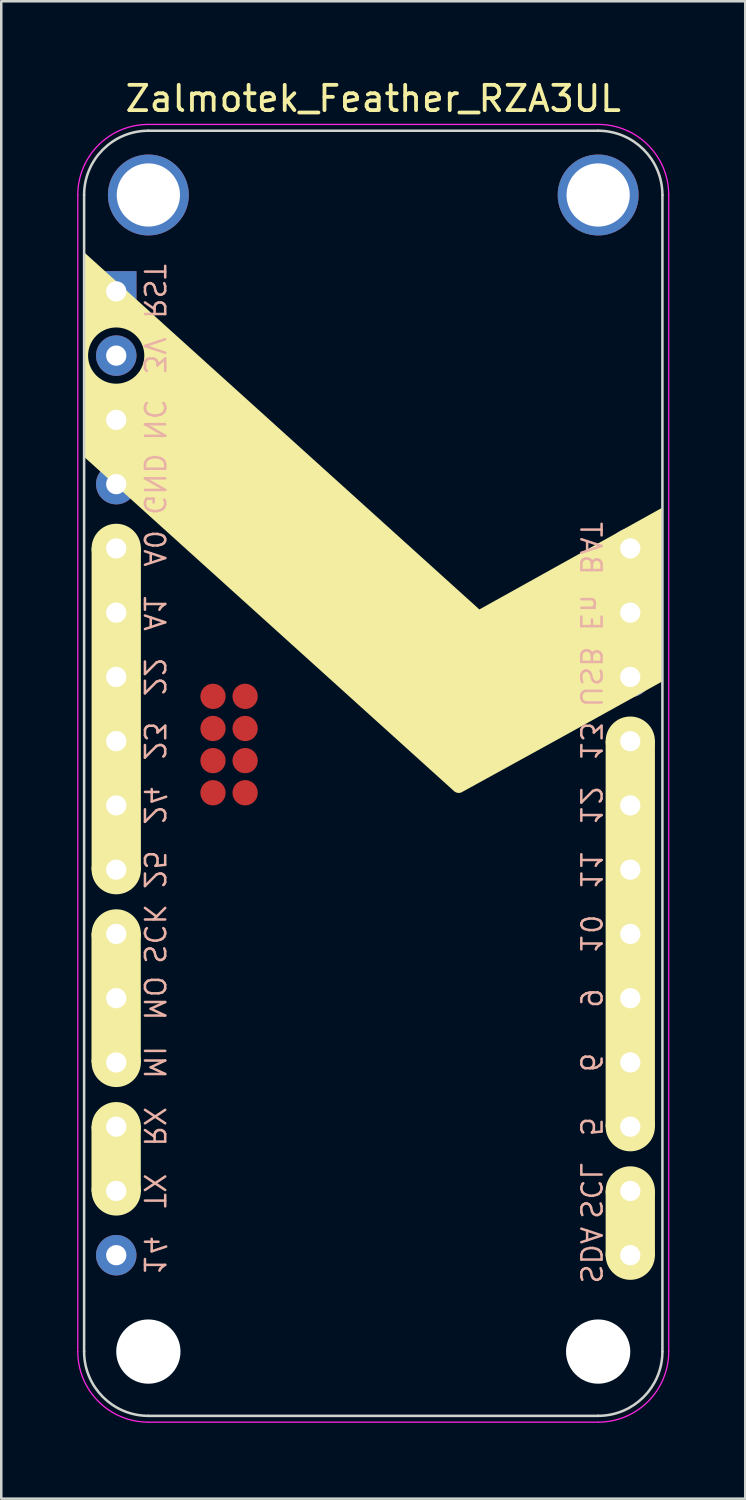
<source format=kicad_pcb>
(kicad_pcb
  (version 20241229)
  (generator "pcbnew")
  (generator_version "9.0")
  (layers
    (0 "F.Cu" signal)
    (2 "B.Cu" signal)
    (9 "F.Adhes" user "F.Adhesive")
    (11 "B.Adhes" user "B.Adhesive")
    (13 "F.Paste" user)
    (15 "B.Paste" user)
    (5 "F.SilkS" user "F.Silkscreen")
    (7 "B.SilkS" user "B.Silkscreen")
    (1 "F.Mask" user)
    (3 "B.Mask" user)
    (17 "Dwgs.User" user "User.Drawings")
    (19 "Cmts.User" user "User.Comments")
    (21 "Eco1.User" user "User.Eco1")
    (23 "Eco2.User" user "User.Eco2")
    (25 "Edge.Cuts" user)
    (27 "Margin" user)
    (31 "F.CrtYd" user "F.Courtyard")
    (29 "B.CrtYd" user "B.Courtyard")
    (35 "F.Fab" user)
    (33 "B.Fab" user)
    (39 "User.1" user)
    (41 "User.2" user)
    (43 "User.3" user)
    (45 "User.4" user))
  (footprint "Zalmotek_Feather_RZA3UL"
    (layer "F.Cu")
    (at 1.545 8.468)
    (property "Reference" "Zalmotek_Feather_RZA3UL" (at 10.16 -7.62 0) (layer "F.SilkS") (effects (font (size 1 1) (thickness 0.15))))
    (attr through_hole exclude_from_bom)
    (fp_rect (start -0.928 25.39) (end 0.92 30.466) (stroke (width 0.1) (type solid)) (fill yes) (layer "F.SilkS"))
    (fp_rect (start -0.928 33.015) (end 0.92 35.56) (stroke (width 0.1) (type solid)) (fill yes) (layer "F.SilkS"))
    (fp_rect (start -0.924 10.162) (end 0.924 22.858) (stroke (width 0.1) (type solid)) (fill yes) (layer "F.SilkS"))
    (fp_rect (start 19.396 17.78) (end 21.244 33.015) (stroke (width 0.1) (type solid)) (fill yes) (layer "F.SilkS"))
    (fp_rect (start 19.396 35.56) (end 21.244 38.115) (stroke (width 0.1) (type solid)) (fill yes) (layer "F.SilkS"))
    (fp_circle (center 0 10.16) (end 0.924 10.16) (stroke (width 0.1) (type solid)) (fill yes) (layer "F.SilkS"))
    (fp_circle (center 0 22.86) (end 0.924 22.86) (stroke (width 0.1) (type solid)) (fill yes) (layer "F.SilkS"))
    (fp_circle (center 0 25.4) (end 0.924 25.4) (stroke (width 0.1) (type solid)) (fill yes) (layer "F.SilkS"))
    (fp_circle (center 0 30.48) (end 0.924 30.48) (stroke (width 0.1) (type solid)) (fill yes) (layer "F.SilkS"))
    (fp_circle (center 0 33.02) (end 0.924 33.02) (stroke (width 0.1) (type solid)) (fill yes) (layer "F.SilkS"))
    (fp_circle (center 0 35.56) (end 0.924 35.56) (stroke (width 0.1) (type solid)) (fill yes) (layer "F.SilkS"))
    (fp_circle (center 20.32 17.78) (end 21.244 17.78) (stroke (width 0.1) (type solid)) (fill yes) (layer "F.SilkS"))
    (fp_circle (center 20.32 33.02) (end 21.244 33.02) (stroke (width 0.1) (type solid)) (fill yes) (layer "F.SilkS"))
    (fp_circle (center 20.32 35.56) (end 21.244 35.56) (stroke (width 0.1) (type solid)) (fill yes) (layer "F.SilkS"))
    (fp_circle (center 20.32 38.1) (end 21.244 38.1) (stroke (width 0.1) (type solid)) (fill yes) (layer "F.SilkS"))
    (fp_poly (pts (xy 14.354 12.573) (xy 21.586 8.55) (xy 21.586 15.418) (xy 17.626 17.614) (xy 13.66 19.797) (xy 13.653 19.801) (xy 13.646 19.804) (xy 13.639 19.807) (xy 13.632 19.81) (xy 13.624 19.813) (xy 13.617 19.815) (xy 13.61 19.818) (xy 13.602 19.82) (xy 13.595 19.821) (xy 13.587 19.823) (xy 13.579 19.824) (xy 13.572 19.825) (xy 13.564 19.826) (xy 13.556 19.826) (xy 13.549 19.827) (xy 13.541 19.827) (xy 13.527 19.826) (xy 13.514 19.825) (xy 13.501 19.824) (xy 13.489 19.821) (xy 13.477 19.819) (xy 13.465 19.816) (xy 13.454 19.812) (xy 13.443 19.808) (xy 13.433 19.804) (xy 13.422 19.799) (xy 13.412 19.794) (xy 13.402 19.789) (xy 13.392 19.783) (xy 13.382 19.777) (xy 13.362 19.763) (xy -1.271 6.541) (xy -1.271 2.539) (xy -1.113 2.539) (xy -1.112 2.596) (xy -1.107 2.652) (xy -1.1 2.708) (xy -1.09 2.762) (xy -1.078 2.816) (xy -1.063 2.869) (xy -1.046 2.92) (xy -1.026 2.971) (xy -1.003 3.02) (xy -0.979 3.068) (xy -0.952 3.114) (xy -0.923 3.159) (xy -0.892 3.203) (xy -0.859 3.245) (xy -0.824 3.285) (xy -0.788 3.324) (xy -0.749 3.36) (xy -0.709 3.395) (xy -0.667 3.428) (xy -0.623 3.459) (xy -0.578 3.488) (xy -0.532 3.515) (xy -0.484 3.539) (xy -0.435 3.562) (xy -0.384 3.582) (xy -0.333 3.599) (xy -0.28 3.614) (xy -0.226 3.626) (xy -0.172 3.636) (xy -0.116 3.643) (xy -0.06 3.648) (xy -0.003 3.649) (xy 0.055 3.648) (xy 0.111 3.643) (xy 0.167 3.636) (xy 0.221 3.627) (xy 0.275 3.614) (xy 0.328 3.599) (xy 0.379 3.582) (xy 0.43 3.562) (xy 0.479 3.54) (xy 0.527 3.515) (xy 0.574 3.488) (xy 0.619 3.459) (xy 0.662 3.429) (xy 0.704 3.396) (xy 0.744 3.361) (xy 0.783 3.324) (xy 0.82 3.285) (xy 0.855 3.245) (xy 0.888 3.203) (xy 0.919 3.16) (xy 0.948 3.114) (xy 0.974 3.068) (xy 0.999 3.02) (xy 1.021 2.971) (xy 1.041 2.92) (xy 1.059 2.869) (xy 1.074 2.816) (xy 1.086 2.762) (xy 1.096 2.708) (xy 1.103 2.652) (xy 1.107 2.596) (xy 1.109 2.539) (xy 1.107 2.481) (xy 1.103 2.425) (xy 1.096 2.369) (xy 1.086 2.315) (xy 1.074 2.261) (xy 1.059 2.208) (xy 1.041 2.156) (xy 1.021 2.106) (xy 0.999 2.057) (xy 0.975 2.009) (xy 0.948 1.962) (xy 0.919 1.917) (xy 0.888 1.874) (xy 0.855 1.832) (xy 0.82 1.791) (xy 0.783 1.753) (xy 0.745 1.716) (xy 0.704 1.681) (xy 0.662 1.648) (xy 0.619 1.617) (xy 0.574 1.588) (xy 0.527 1.561) (xy 0.479 1.537) (xy 0.43 1.515) (xy 0.38 1.495) (xy 0.328 1.477) (xy 0.275 1.462) (xy 0.221 1.45) (xy 0.167 1.44) (xy 0.111 1.433) (xy 0.055 1.429) (xy -0.003 1.427) (xy -0.06 1.429) (xy -0.116 1.433) (xy -0.172 1.44) (xy -0.226 1.45) (xy -0.28 1.463) (xy -0.333 1.477) (xy -0.384 1.495) (xy -0.435 1.515) (xy -0.484 1.537) (xy -0.532 1.562) (xy -0.578 1.588) (xy -0.624 1.617) (xy -0.667 1.648) (xy -0.709 1.681) (xy -0.749 1.716) (xy -0.788 1.753) (xy -0.825 1.792) (xy -0.86 1.832) (xy -0.893 1.874) (xy -0.923 1.917) (xy -0.952 1.962) (xy -0.979 2.009) (xy -1.004 2.057) (xy -1.026 2.106) (xy -1.046 2.157) (xy -1.063 2.208) (xy -1.078 2.261) (xy -1.091 2.315) (xy -1.1 2.369) (xy -1.107 2.425) (xy -1.112 2.481) (xy -1.113 2.539) (xy -1.271 2.539) (xy -1.271 -1.546)) (stroke (width 0) (type solid)) (fill yes) (layer "F.SilkS"))
    (fp_line (start -1.27 -3.81) (end -1.27 41.91) (stroke (width 0.1) (type solid)) (layer "Edge.Cuts"))
    (fp_line (start 1.27 44.45) (end 19.05 44.45) (stroke (width 0.1) (type solid)) (layer "Edge.Cuts"))
    (fp_line (start 19.05 -6.35) (end 1.27 -6.35) (stroke (width 0.1) (type solid)) (layer "Edge.Cuts"))
    (fp_line (start 21.59 41.91) (end 21.59 -3.81) (stroke (width 0.1) (type solid)) (layer "Edge.Cuts"))
    (fp_arc (start -1.27 -3.81) (mid -0.526051 -5.606051) (end 1.27 -6.35) (stroke (width 0.1) (type solid)) (layer "Edge.Cuts"))
    (fp_arc (start 1.27 44.45) (mid -0.526051 43.706051) (end -1.27 41.91) (stroke (width 0.1) (type solid)) (layer "Edge.Cuts"))
    (fp_arc (start 19.05 -6.35) (mid 20.846051 -5.606051) (end 21.59 -3.81) (stroke (width 0.1) (type solid)) (layer "Edge.Cuts"))
    (fp_arc (start 21.59 41.91) (mid 20.846051 43.706051) (end 19.05 44.45) (stroke (width 0.1) (type solid)) (layer "Edge.Cuts"))
    (fp_line (start -1.52 41.91) (end -1.52 -3.81) (stroke (width 0.05) (type solid)) (layer "F.CrtYd"))
    (fp_line (start 19.05 -6.6) (end 1.27 -6.6) (stroke (width 0.05) (type solid)) (layer "F.CrtYd"))
    (fp_line (start 19.05 44.7) (end 1.27 44.7) (stroke (width 0.05) (type solid)) (layer "F.CrtYd"))
    (fp_line (start 21.84 41.91) (end 21.84 -3.81) (stroke (width 0.05) (type solid)) (layer "F.CrtYd"))
    (fp_arc (start -1.52 -3.81) (mid -0.702828 -5.782828) (end 1.27 -6.6) (stroke (width 0.05) (type solid)) (layer "F.CrtYd"))
    (fp_arc (start 1.27 44.7) (mid -0.702828 43.882828) (end -1.52 41.91) (stroke (width 0.05) (type solid)) (layer "F.CrtYd"))
    (fp_arc (start 19.05 -6.6) (mid 21.022828 -5.782828) (end 21.84 -3.81) (stroke (width 0.05) (type solid)) (layer "F.CrtYd"))
    (fp_arc (start 21.84 41.91) (mid 21.022828 43.882828) (end 19.05 44.7) (stroke (width 0.05) (type solid)) (layer "F.CrtYd"))
    (fp_text user "SCL" (at 18.75 35.56 270) (unlocked yes) (layer "B.SilkS") (effects (font (size 0.8 0.8) (thickness 0.1) (bold yes)) (justify mirror)))
    (fp_text user "GND" (at 1.5 7.62 270) (unlocked yes) (layer "B.SilkS") (effects (font (size 0.8 0.8) (thickness 0.1) (bold yes)) (justify mirror)))
    (fp_text user "10" (at 18.75 25.4 270) (unlocked yes) (layer "B.SilkS") (effects (font (size 0.8 0.8) (thickness 0.1) (bold yes)) (justify mirror)))
    (fp_text user "En" (at 18.75 12.7 270) (unlocked yes) (layer "B.SilkS") (effects (font (size 0.8 0.8) (thickness 0.1) (bold yes)) (justify mirror)))
    (fp_text user "BAT" (at 18.75 10.16 270) (unlocked yes) (layer "B.SilkS") (effects (font (size 0.8 0.8) (thickness 0.1) (bold yes)) (justify mirror)))
    (fp_text user "MI" (at 1.5 30.48 270) (unlocked yes) (layer "B.SilkS") (effects (font (size 0.8 0.8) (thickness 0.1) (bold yes)) (justify mirror)))
    (fp_text user "TX" (at 1.5 35.56 270) (unlocked yes) (layer "B.SilkS") (effects (font (size 0.8 0.8) (thickness 0.1) (bold yes)) (justify mirror)))
    (fp_text user "USB" (at 18.75 15.24 270) (unlocked yes) (layer "B.SilkS") (effects (font (size 0.8 0.8) (thickness 0.1) (bold yes)) (justify mirror)))
    (fp_text user "RST" (at 1.5 0 270) (unlocked yes) (layer "B.SilkS") (effects (font (size 0.8 0.8) (thickness 0.1) (bold yes)) (justify mirror)))
    (fp_text user "NC" (at 1.5 5.08 270) (unlocked yes) (layer "B.SilkS") (effects (font (size 0.8 0.8) (thickness 0.1) (bold yes)) (justify mirror)))
    (fp_text user "12" (at 18.75 20.32 270) (unlocked yes) (layer "B.SilkS") (effects (font (size 0.8 0.8) (thickness 0.1) (bold yes)) (justify mirror)))
    (fp_text user "MO" (at 1.5 27.94 270) (unlocked yes) (layer "B.SilkS") (effects (font (size 0.8 0.8) (thickness 0.1) (bold yes)) (justify mirror)))
    (fp_text user "5" (at 18.75 33.02 270) (unlocked yes) (layer "B.SilkS") (effects (font (size 0.8 0.8) (thickness 0.1) (bold yes)) (justify mirror)))
    (fp_text user "24" (at 1.5 20.32 270) (unlocked yes) (layer "B.SilkS") (effects (font (size 0.8 0.8) (thickness 0.1) (bold yes)) (justify mirror)))
    (fp_text user "23" (at 1.5 17.78 270) (unlocked yes) (layer "B.SilkS") (effects (font (size 0.8 0.8) (thickness 0.1) (bold yes)) (justify mirror)))
    (fp_text user "A0" (at 1.5 10.16 270) (unlocked yes) (layer "B.SilkS") (effects (font (size 0.8 0.8) (thickness 0.1) (bold yes)) (justify mirror)))
    (fp_text user "13" (at 18.75 17.78 270) (unlocked yes) (layer "B.SilkS") (effects (font (size 0.8 0.8) (thickness 0.1) (bold yes)) (justify mirror)))
    (fp_text user "A1" (at 1.5 12.7 270) (unlocked yes) (layer "B.SilkS") (effects (font (size 0.8 0.8) (thickness 0.1) (bold yes)) (justify mirror)))
    (fp_text user "3V" (at 1.5 2.54 270) (unlocked yes) (layer "B.SilkS") (effects (font (size 0.8 0.8) (thickness 0.1) (bold yes)) (justify mirror)))
    (fp_text user "14" (at 1.5 38.1 270) (unlocked yes) (layer "B.SilkS") (effects (font (size 0.8 0.8) (thickness 0.1) (bold yes)) (justify mirror)))
    (fp_text user "RX" (at 1.5 33.02 270) (unlocked yes) (layer "B.SilkS") (effects (font (size 0.8 0.8) (thickness 0.1) (bold yes)) (justify mirror)))
    (fp_text user "SDA" (at 18.75 38.1 270) (unlocked yes) (layer "B.SilkS") (effects (font (size 0.8 0.8) (thickness 0.1) (bold yes)) (justify mirror)))
    (fp_text user "6" (at 18.75 30.48 270) (unlocked yes) (layer "B.SilkS") (effects (font (size 0.8 0.8) (thickness 0.1) (bold yes)) (justify mirror)))
    (fp_text user "22" (at 1.5 15.24 270) (unlocked yes) (layer "B.SilkS") (effects (font (size 0.8 0.8) (thickness 0.1) (bold yes)) (justify mirror)))
    (fp_text user "SCK" (at 1.5 25.4 270) (unlocked yes) (layer "B.SilkS") (effects (font (size 0.8 0.8) (thickness 0.1) (bold yes)) (justify mirror)))
    (fp_text user "11" (at 18.75 22.86 270) (unlocked yes) (layer "B.SilkS") (effects (font (size 0.8 0.8) (thickness 0.1) (bold yes)) (justify mirror)))
    (fp_text user "25" (at 1.5 22.86 270) (unlocked yes) (layer "B.SilkS") (effects (font (size 0.8 0.8) (thickness 0.1) (bold yes)) (justify mirror)))
    (fp_text user "9" (at 18.75 27.94 270) (unlocked yes) (layer "B.SilkS") (effects (font (size 0.8 0.8) (thickness 0.1) (bold yes)) (justify mirror)))
    (pad "" np_thru_hole circle (at 1.27 -3.81 270) (size 3.2 3.2) (drill 2.5) (layers "*.Cu" "*.Mask"))
    (pad "" np_thru_hole circle (at 1.27 41.91 270) (size 2.54 2.54) (drill 2.54) (layers "*.Cu" "*.Mask"))
    (pad "" np_thru_hole circle (at 19.05 -3.81 270) (size 3.2 3.2) (drill 2.5) (layers "*.Cu" "*.Mask"))
    (pad "" np_thru_hole circle (at 19.05 41.91 270) (size 2.54 2.54) (drill 2.54) (layers "*.Cu" "*.Mask"))
    (pad "1" thru_hole rect (at 0 0 180) (size 1.6 1.6) (drill 0.8) (layers "*.Cu" "*.Mask"))
    (pad "1" connect circle (at 3.825 19.82) (size 1 1) (layers "F.Cu" "F.Mask"))
    (pad "2" thru_hole circle (at 0 2.54 180) (size 1.6 1.6) (drill 0.8) (layers "*.Cu" "*.Mask"))
    (pad "2" connect oval (at 5.095 19.82) (size 1 1) (layers "F.Cu" "F.Mask"))
    (pad "3" thru_hole circle (at 0 5.08 180) (size 1.6 1.6) (drill 0.8) (layers "*.Cu" "*.Mask"))
    (pad "3" connect oval (at 3.825 18.549) (size 1 1) (layers "F.Cu" "F.Mask"))
    (pad "4" thru_hole circle (at 0 7.62 180) (size 1.6 1.6) (drill 0.8) (layers "*.Cu" "*.Mask"))
    (pad "4" connect oval (at 5.095 18.549) (size 1 1) (layers "F.Cu" "F.Mask"))
    (pad "5" thru_hole circle (at 0 10.16 180) (size 1.6 1.6) (drill 0.8) (layers "*.Cu" "*.Mask"))
    (pad "5" connect oval (at 3.825 17.279) (size 1 1) (layers "F.Cu" "F.Mask"))
    (pad "6" thru_hole circle (at 0 12.7 180) (size 1.6 1.6) (drill 0.8) (layers "*.Cu" "*.Mask"))
    (pad "6" connect oval (at 5.095 17.279) (size 1 1) (layers "F.Cu" "F.Mask"))
    (pad "7" thru_hole circle (at 0 15.24 180) (size 1.6 1.6) (drill 0.8) (layers "*.Cu" "*.Mask"))
    (pad "7" connect oval (at 3.825 16.009) (size 1 1) (layers "F.Cu" "F.Mask"))
    (pad "8" thru_hole circle (at 0 17.78 180) (size 1.6 1.6) (drill 0.8) (layers "*.Cu" "*.Mask"))
    (pad "8" connect oval (at 5.095 16.009) (size 1 1) (layers "F.Cu" "F.Mask"))
    (pad "9" thru_hole circle (at 0 20.32 180) (size 1.6 1.6) (drill 0.8) (layers "*.Cu" "*.Mask"))
    (pad "10" thru_hole circle (at 0 22.86 180) (size 1.6 1.6) (drill 0.8) (layers "*.Cu" "*.Mask"))
    (pad "11" thru_hole circle (at 0 25.4 180) (size 1.6 1.6) (drill 0.8) (layers "*.Cu" "*.Mask"))
    (pad "12" thru_hole circle (at 0 27.94 180) (size 1.6 1.6) (drill 0.8) (layers "*.Cu" "*.Mask"))
    (pad "13" thru_hole circle (at 0 30.48 180) (size 1.6 1.6) (drill 0.8) (layers "*.Cu" "*.Mask"))
    (pad "14" thru_hole circle (at 0 33.02 180) (size 1.6 1.6) (drill 0.8) (layers "*.Cu" "*.Mask"))
    (pad "15" thru_hole circle (at 0 35.56 180) (size 1.6 1.6) (drill 0.8) (layers "*.Cu" "*.Mask"))
    (pad "16" thru_hole circle (at 0 38.1 180) (size 1.6 1.6) (drill 0.8) (layers "*.Cu" "*.Mask"))
    (pad "17" thru_hole circle (at 20.32 38.1 180) (size 1.6 1.6) (drill 0.8) (layers "*.Cu" "*.Mask"))
    (pad "18" thru_hole circle (at 20.32 35.56 180) (size 1.6 1.6) (drill 0.8) (layers "*.Cu" "*.Mask"))
    (pad "19" thru_hole circle (at 20.32 33.02 180) (size 1.6 1.6) (drill 0.8) (layers "*.Cu" "*.Mask"))
    (pad "20" thru_hole circle (at 20.32 30.48 180) (size 1.6 1.6) (drill 0.8) (layers "*.Cu" "*.Mask"))
    (pad "21" thru_hole circle (at 20.32 27.94 180) (size 1.6 1.6) (drill 0.8) (layers "*.Cu" "*.Mask"))
    (pad "22" thru_hole circle (at 20.32 25.4 180) (size 1.6 1.6) (drill 0.8) (layers "*.Cu" "*.Mask"))
    (pad "23" thru_hole circle (at 20.32 22.86 180) (size 1.6 1.6) (drill 0.8) (layers "*.Cu" "*.Mask"))
    (pad "24" thru_hole circle (at 20.32 20.32 180) (size 1.6 1.6) (drill 0.8) (layers "*.Cu" "*.Mask"))
    (pad "25" thru_hole circle (at 20.32 17.78 180) (size 1.6 1.6) (drill 0.8) (layers "*.Cu" "*.Mask"))
    (pad "26" thru_hole circle (at 20.32 15.24 180) (size 1.6 1.6) (drill 0.8) (layers "*.Cu" "*.Mask"))
    (pad "27" thru_hole circle (at 20.32 12.7 180) (size 1.6 1.6) (drill 0.8) (layers "*.Cu" "*.Mask"))
    (pad "28" thru_hole circle (at 20.32 10.16 180) (size 1.6 1.6) (drill 0.8) (layers "*.Cu" "*.Mask")))
  (gr_rect
    (start -3 -3)
    (end 26.41 56.193)
    (stroke (width 0.1) (type default))
    (fill no)
    (layer "Edge.Cuts")))
</source>
